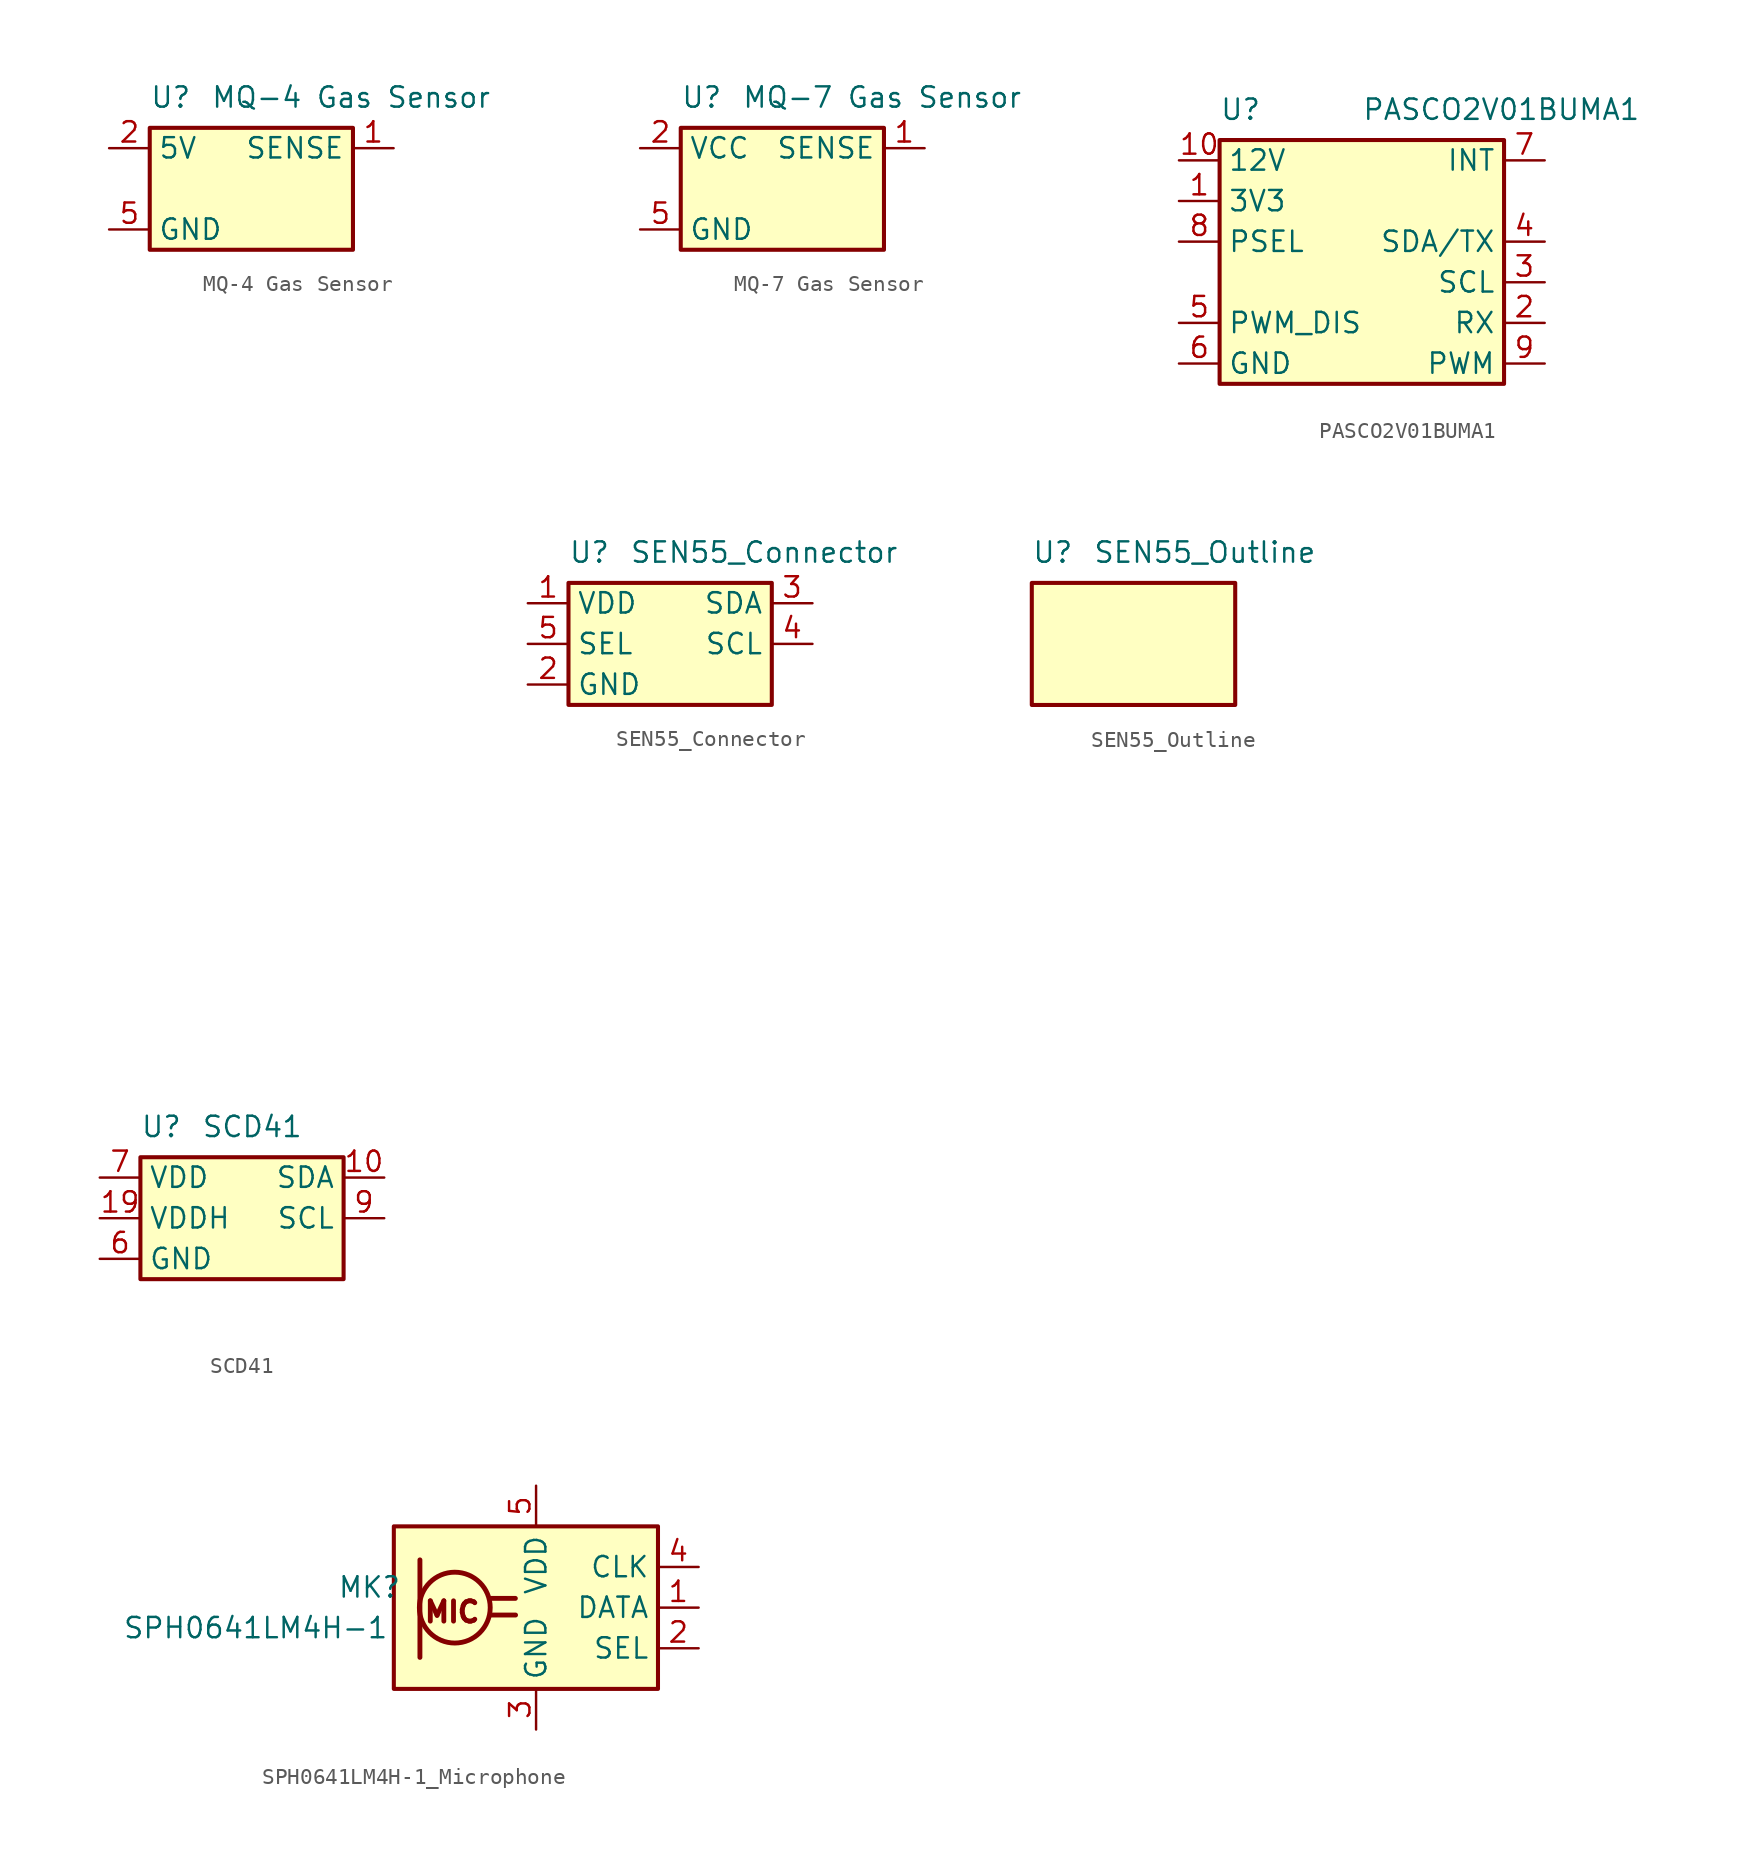
<source format=kicad_sym>
(kicad_symbol_lib
  (version 20231120)
  (generator "kicad_symbol_editor")
  (generator_version "8.0")
  (symbol "MQ-4 Gas Sensor"
    (property "Reference" "U"
      (at -6.35 5.715 0)
      (effects (font (size 1.27 1.27)) (justify left)))
    (property "Value" "MQ-4 Gas Sensor"
      (at -2.54 5.715 0)
      (effects (font (size 1.27 1.27)) (justify left)))
    (symbol "MQ-4 Gas Sensor_0_1"
      (rectangle (start -6.35 3.81) (end 6.35 -3.81) (stroke (width 0.254) (type default)) (fill (type background))))
    (symbol "MQ-4 Gas Sensor_1_1"
      (pin output line (at 8.89 2.54 180) (length 2.54) (name "SENSE" (effects (font (size 1.27 1.27)))) (number "1" (effects (font (size 1.27 1.27)))))
      (pin power_in line (at -8.89 2.54 0) (length 2.54) (name "5V" (effects (font (size 1.27 1.27)))) (number "2" (effects (font (size 1.27 1.27)))))
      (pin output line (at 8.89 2.54 180) (length 2.54) hide (name "SENSE" (effects (font (size 1.27 1.27)))) (number "3" (effects (font (size 1.27 1.27)))))
      (pin input line (at -8.89 -2.54 0) (length 2.54) hide (name "SENSE-GND" (effects (font (size 1.27 1.27)))) (number "4" (effects (font (size 1.27 1.27)))))
      (pin power_in line (at -8.89 -2.54 0) (length 2.54) (name "GND" (effects (font (size 1.27 1.27)))) (number "5" (effects (font (size 1.27 1.27)))))
      (pin input line (at -8.89 -2.54 0) (length 2.54) hide (name "SENSE-GND" (effects (font (size 1.27 1.27)))) (number "6" (effects (font (size 1.27 1.27)))))))
  (symbol "MQ-7 Gas Sensor"
    (property "Reference" "U"
      (at -6.35 5.715 0)
      (effects (font (size 1.27 1.27)) (justify left)))
    (property "Value" "MQ-7 Gas Sensor"
      (at -2.54 5.715 0)
      (effects (font (size 1.27 1.27)) (justify left)))
    (symbol "MQ-7 Gas Sensor_0_1"
      (rectangle (start -6.35 3.81) (end 6.35 -3.81) (stroke (width 0.254) (type default)) (fill (type background))))
    (symbol "MQ-7 Gas Sensor_1_1"
      (pin output line (at 8.89 2.54 180) (length 2.54) (name "SENSE" (effects (font (size 1.27 1.27)))) (number "1" (effects (font (size 1.27 1.27)))))
      (pin power_in line (at -8.89 2.54 0) (length 2.54) (name "VCC" (effects (font (size 1.27 1.27)))) (number "2" (effects (font (size 1.27 1.27)))))
      (pin output line (at 8.89 2.54 180) (length 2.54) hide (name "SENSE" (effects (font (size 1.27 1.27)))) (number "3" (effects (font (size 1.27 1.27)))))
      (pin input line (at -8.89 -2.54 0) (length 2.54) hide (name "SENSE-GND" (effects (font (size 1.27 1.27)))) (number "4" (effects (font (size 1.27 1.27)))))
      (pin power_in line (at -8.89 -2.54 0) (length 2.54) (name "GND" (effects (font (size 1.27 1.27)))) (number "5" (effects (font (size 1.27 1.27)))))
      (pin input line (at -8.89 -2.54 0) (length 2.54) hide (name "SENSE-GND" (effects (font (size 1.27 1.27)))) (number "6" (effects (font (size 1.27 1.27)))))))
  (symbol "PASCO2V01BUMA1"
    (property "Reference" "U"
      (at -8.89 8.255 0)
      (effects (font (size 1.27 1.27)) (justify left)))
    (property "Value" "PASCO2V01BUMA1"
      (at 0 8.255 0)
      (effects (font (size 1.27 1.27)) (justify left)))
    (symbol "PASCO2V01BUMA1_0_1"
      (rectangle (start -8.89 6.35) (end 8.89 -8.89) (stroke (width 0.254) (type default)) (fill (type background))))
    (symbol "PASCO2V01BUMA1_1_1"
      (pin power_in line (at -11.43 2.54 0) (length 2.54) (name "3V3" (effects (font (size 1.27 1.27)))) (number "1" (effects (font (size 1.27 1.27)))))
      (pin power_in line (at -11.43 5.08 0) (length 2.54) (name "12V" (effects (font (size 1.27 1.27)))) (number "10" (effects (font (size 1.27 1.27)))))
      (pin power_out line (at -11.43 -7.62 0) (length 2.54) hide (name "GND" (effects (font (size 1.27 1.27)))) (number "11" (effects (font (size 1.27 1.27)))))
      (pin power_out line (at -11.43 -7.62 0) (length 2.54) hide (name "GND" (effects (font (size 1.27 1.27)))) (number "12" (effects (font (size 1.27 1.27)))))
      (pin power_out line (at -11.43 -7.62 0) (length 2.54) hide (name "GND" (effects (font (size 1.27 1.27)))) (number "13" (effects (font (size 1.27 1.27)))))
      (pin power_out line (at -11.43 -7.62 0) (length 2.54) hide (name "GND" (effects (font (size 1.27 1.27)))) (number "14" (effects (font (size 1.27 1.27)))))
      (pin bidirectional line (at 11.43 -5.08 180) (length 2.54) (name "RX" (effects (font (size 1.27 1.27)))) (number "2" (effects (font (size 1.27 1.27)))))
      (pin bidirectional line (at 11.43 -2.54 180) (length 2.54) (name "SCL" (effects (font (size 1.27 1.27)))) (number "3" (effects (font (size 1.27 1.27)))))
      (pin output line (at 11.43 0 180) (length 2.54) (name "SDA/TX" (effects (font (size 1.27 1.27)))) (number "4" (effects (font (size 1.27 1.27)))))
      (pin input line (at -11.43 -5.08 0) (length 2.54) (name "PWM_DIS" (effects (font (size 1.27 1.27)))) (number "5" (effects (font (size 1.27 1.27)))))
      (pin power_out line (at -11.43 -7.62 0) (length 2.54) (name "GND" (effects (font (size 1.27 1.27)))) (number "6" (effects (font (size 1.27 1.27)))))
      (pin output line (at 11.43 5.08 180) (length 2.54) (name "INT" (effects (font (size 1.27 1.27)))) (number "7" (effects (font (size 1.27 1.27)))))
      (pin input line (at -11.43 0 0) (length 2.54) (name "PSEL" (effects (font (size 1.27 1.27)))) (number "8" (effects (font (size 1.27 1.27)))))
      (pin output line (at 11.43 -7.62 180) (length 2.54) (name "PWM" (effects (font (size 1.27 1.27)))) (number "9" (effects (font (size 1.27 1.27)))))))
  (symbol "SCD41"
    (property "Reference" "U"
      (at -6.35 5.715 0)
      (effects (font (size 1.27 1.27)) (justify left)))
    (property "Value" "SCD41"
      (at -2.54 5.715 0)
      (effects (font (size 1.27 1.27)) (justify left)))
    (symbol "SCD41_0_1"
      (rectangle (start -6.35 3.81) (end 6.35 -3.81) (stroke (width 0.254) (type default)) (fill (type background))))
    (symbol "SCD41_1_1"
      (pin no_connect line (at 8.89 6.35 180) (length 2.54) hide (name "NC" (effects (font (size 1.27 1.27)))) (number "1" (effects (font (size 1.27 1.27)))))
      (pin bidirectional line (at 8.89 2.54 180) (length 2.54) (name "SDA" (effects (font (size 1.27 1.27)))) (number "10" (effects (font (size 1.27 1.27)))))
      (pin no_connect line (at 8.89 21.59 180) (length 2.54) hide (name "NC" (effects (font (size 1.27 1.27)))) (number "11" (effects (font (size 1.27 1.27)))))
      (pin no_connect line (at 8.89 24.13 180) (length 2.54) hide (name "NC" (effects (font (size 1.27 1.27)))) (number "12" (effects (font (size 1.27 1.27)))))
      (pin no_connect line (at 8.89 26.67 180) (length 2.54) hide (name "NC" (effects (font (size 1.27 1.27)))) (number "13" (effects (font (size 1.27 1.27)))))
      (pin no_connect line (at 8.89 29.21 180) (length 2.54) hide (name "NC" (effects (font (size 1.27 1.27)))) (number "14" (effects (font (size 1.27 1.27)))))
      (pin no_connect line (at 8.89 31.75 180) (length 2.54) hide (name "NC" (effects (font (size 1.27 1.27)))) (number "15" (effects (font (size 1.27 1.27)))))
      (pin no_connect line (at 8.89 34.29 180) (length 2.54) hide (name "NC" (effects (font (size 1.27 1.27)))) (number "16" (effects (font (size 1.27 1.27)))))
      (pin no_connect line (at 8.89 36.83 180) (length 2.54) hide (name "NC" (effects (font (size 1.27 1.27)))) (number "17" (effects (font (size 1.27 1.27)))))
      (pin no_connect line (at 8.89 39.37 180) (length 2.54) hide (name "NC" (effects (font (size 1.27 1.27)))) (number "18" (effects (font (size 1.27 1.27)))))
      (pin power_in line (at -8.89 0 0) (length 2.54) (name "VDDH" (effects (font (size 1.27 1.27)))) (number "19" (effects (font (size 1.27 1.27)))))
      (pin no_connect line (at 8.89 8.89 180) (length 2.54) hide (name "NC" (effects (font (size 1.27 1.27)))) (number "2" (effects (font (size 1.27 1.27)))))
      (pin power_in line (at -8.89 -2.54 0) (length 2.54) hide (name "GND" (effects (font (size 1.27 1.27)))) (number "20" (effects (font (size 1.27 1.27)))))
      (pin power_in line (at -8.89 -2.54 0) (length 2.54) hide (name "GND" (effects (font (size 1.27 1.27)))) (number "21" (effects (font (size 1.27 1.27)))))
      (pin no_connect line (at 8.89 11.43 180) (length 2.54) hide (name "NC" (effects (font (size 1.27 1.27)))) (number "3" (effects (font (size 1.27 1.27)))))
      (pin no_connect line (at 8.89 13.97 180) (length 2.54) hide (name "NC" (effects (font (size 1.27 1.27)))) (number "4" (effects (font (size 1.27 1.27)))))
      (pin no_connect line (at 8.89 16.51 180) (length 2.54) hide (name "NC" (effects (font (size 1.27 1.27)))) (number "5" (effects (font (size 1.27 1.27)))))
      (pin power_in line (at -8.89 -2.54 0) (length 2.54) (name "GND" (effects (font (size 1.27 1.27)))) (number "6" (effects (font (size 1.27 1.27)))))
      (pin power_in line (at -8.89 2.54 0) (length 2.54) (name "VDD" (effects (font (size 1.27 1.27)))) (number "7" (effects (font (size 1.27 1.27)))))
      (pin no_connect line (at 8.89 19.05 180) (length 2.54) hide (name "NC" (effects (font (size 1.27 1.27)))) (number "8" (effects (font (size 1.27 1.27)))))
      (pin input line (at 8.89 0 180) (length 2.54) (name "SCL" (effects (font (size 1.27 1.27)))) (number "9" (effects (font (size 1.27 1.27)))))))
  (symbol "SEN55_Connector"
    (property "Reference" "U"
      (at -6.35 5.715 0)
      (effects (font (size 1.27 1.27)) (justify left)))
    (property "Value" "SEN55_Connector"
      (at -2.54 5.715 0)
      (effects (font (size 1.27 1.27)) (justify left)))
    (symbol "SEN55_Connector_0_1"
      (rectangle (start -6.35 3.81) (end 6.35 -3.81) (stroke (width 0.254) (type default)) (fill (type background))))
    (symbol "SEN55_Connector_1_1"
      (pin power_in line (at -8.89 2.54 0) (length 2.54) (name "VDD" (effects (font (size 1.27 1.27)))) (number "1" (effects (font (size 1.27 1.27)))))
      (pin power_in line (at -8.89 -2.54 0) (length 2.54) (name "GND" (effects (font (size 1.27 1.27)))) (number "2" (effects (font (size 1.27 1.27)))))
      (pin bidirectional line (at 8.89 2.54 180) (length 2.54) (name "SDA" (effects (font (size 1.27 1.27)))) (number "3" (effects (font (size 1.27 1.27)))))
      (pin input line (at 8.89 0 180) (length 2.54) (name "SCL" (effects (font (size 1.27 1.27)))) (number "4" (effects (font (size 1.27 1.27)))))
      (pin input line (at -8.89 0 0) (length 2.54) (name "SEL" (effects (font (size 1.27 1.27)))) (number "5" (effects (font (size 1.27 1.27)))))
      (pin no_connect line (at 8.89 -2.54 180) (length 2.54) hide (name "NC" (effects (font (size 1.27 1.27)))) (number "6" (effects (font (size 1.27 1.27)))))
      (pin no_connect line (at 8.89 -2.54 180) (length 2.54) hide (name "NC" (effects (font (size 1.27 1.27)))) (number "NC1" (effects (font (size 1.27 1.27)))))
      (pin no_connect line (at 8.89 -2.54 180) (length 2.54) hide (name "NC" (effects (font (size 1.27 1.27)))) (number "NC2" (effects (font (size 1.27 1.27)))))))
  (symbol "SEN55_Outline"
    (property "Reference" "U"
      (at -6.35 5.715 0)
      (effects (font (size 1.27 1.27)) (justify left)))
    (property "Value" "SEN55_Outline"
      (at -2.54 5.715 0)
      (effects (font (size 1.27 1.27)) (justify left)))
    (symbol "SEN55_Outline_0_1"
      (rectangle (start -6.35 3.81) (end 6.35 -3.81) (stroke (width 0.254) (type default)) (fill (type background)))))
  (symbol "SPH0641LM4H-1_Microphone"
    (property "Reference" "MK"
      (at -10.414 1.27 0)
      (effects (font (size 1.27 1.27))))
    (property "Value" "SPH0641LM4H-1"
      (at -17.526 -1.27 0)
      (effects (font (size 1.27 1.27))))
    (symbol "SPH0641LM4H-1_Microphone_1_0"
      (circle (center -5.08 0) (radius 2.214) (stroke (width 0.305) (type solid)) (fill (type none)))
      (polyline (pts (xy -7.259 -3.112) (xy -7.259 2.984)) (stroke (width 0.305) (type solid)) (fill (type none)))
      (polyline (pts (xy -2.806 0.579) (xy -1.294 0.578)) (stroke (width 0.305) (type solid)) (fill (type none)))
      (polyline (pts (xy -2.785 -0.464) (xy -1.281 -0.464)) (stroke (width 0.305) (type solid)) (fill (type none)))
      (text "MIC" (at -7.112 -1.016 0) (effects (font (size 1.27 1.27) (thickness 0.302) (bold yes)) (justify left bottom)))
      (pin output line (at 10.16 0 180) (length 2.54) (name "DATA" (effects (font (size 1.27 1.27)))) (number "1" (effects (font (size 1.27 1.27)))))
      (pin input line (at 10.16 -2.54 180) (length 2.54) (name "SEL" (effects (font (size 1.27 1.27)))) (number "2" (effects (font (size 1.27 1.27)))))
      (pin power_in line (at 0 -7.62 90) (length 2.54) (name "GND" (effects (font (size 1.27 1.27)))) (number "3" (effects (font (size 1.27 1.27)))))
      (pin input line (at 10.16 2.54 180) (length 2.54) (name "CLK" (effects (font (size 1.27 1.27)))) (number "4" (effects (font (size 1.27 1.27)))))
      (pin power_in line (at 0 7.62 270) (length 2.54) (name "VDD" (effects (font (size 1.27 1.27)))) (number "5" (effects (font (size 1.27 1.27))))))
    (symbol "SPH0641LM4H-1_Microphone_1_1"
      (rectangle (start -8.89 5.08) (end 7.62 -5.08) (stroke (width 0.254) (type default)) (fill (type background))))))
</source>
